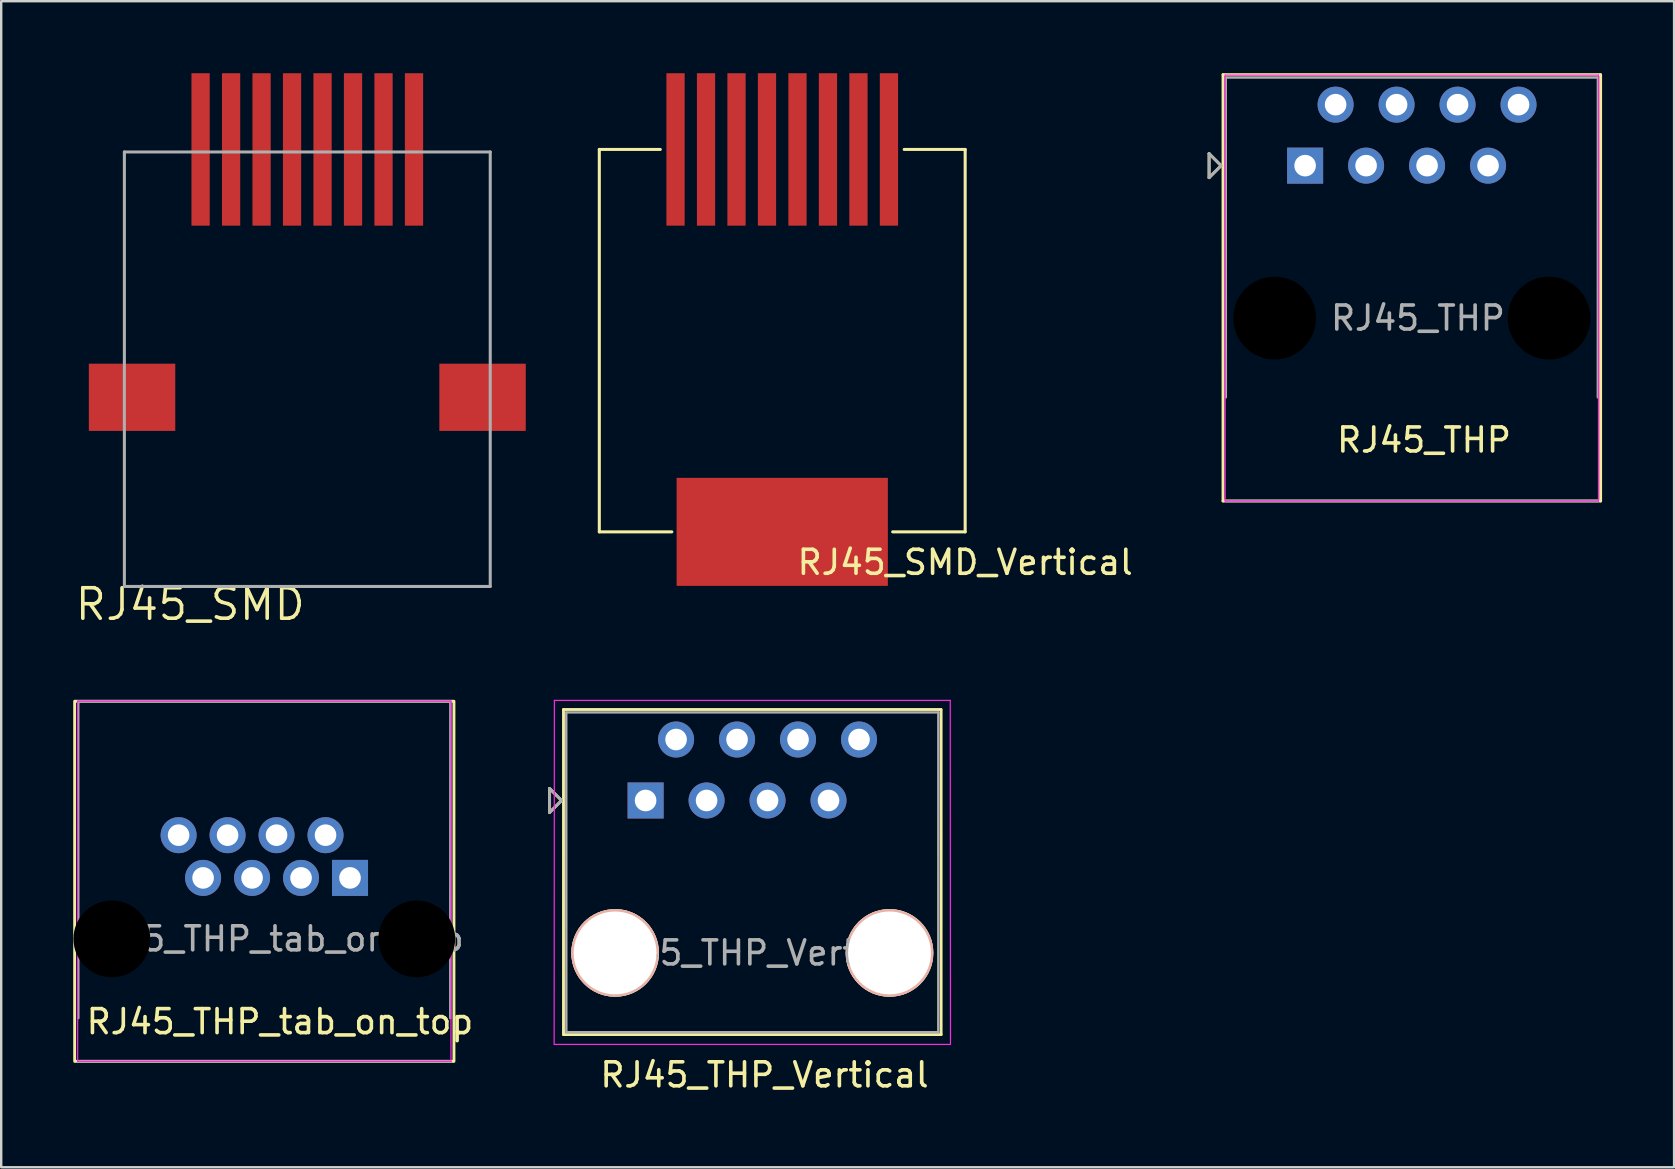
<source format=kicad_pcb>
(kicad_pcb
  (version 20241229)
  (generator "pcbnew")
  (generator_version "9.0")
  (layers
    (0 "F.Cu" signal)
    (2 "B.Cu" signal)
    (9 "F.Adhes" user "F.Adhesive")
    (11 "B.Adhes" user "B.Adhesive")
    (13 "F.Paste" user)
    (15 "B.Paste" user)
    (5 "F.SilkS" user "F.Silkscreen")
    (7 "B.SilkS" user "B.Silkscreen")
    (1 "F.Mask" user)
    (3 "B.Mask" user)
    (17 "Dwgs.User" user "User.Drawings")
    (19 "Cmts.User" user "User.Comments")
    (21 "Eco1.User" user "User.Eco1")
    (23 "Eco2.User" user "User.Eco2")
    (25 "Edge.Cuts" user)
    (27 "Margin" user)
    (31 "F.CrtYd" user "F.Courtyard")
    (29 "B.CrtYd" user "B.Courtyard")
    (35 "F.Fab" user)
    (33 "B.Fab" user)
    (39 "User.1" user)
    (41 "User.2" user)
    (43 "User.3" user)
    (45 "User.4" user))
  (footprint "RJ45_THP_Vertical"
    (layer "F.Cu")
    (at 28.288 36.645)
    (property "Reference" "RJ45_THP_Vertical" (at 0.508 5.08 0) (layer "F.SilkS") (effects (font (size 1 1) (thickness 0.15))))
    (attr through_hole)
    (fp_line (start -8.445 -6.85) (end -8.445 -5.85) (stroke (width 0.12) (type solid)) (layer "F.SilkS"))
    (fp_line (start -8.445 -5.85) (end -7.945 -6.35) (stroke (width 0.12) (type solid)) (layer "F.SilkS"))
    (fp_line (start -7.945 -6.35) (end -8.445 -6.85) (stroke (width 0.12) (type solid)) (layer "F.SilkS"))
    (fp_line (start -7.865 -10.14) (end -7.865 3.4) (stroke (width 0.12) (type solid)) (layer "F.SilkS"))
    (fp_line (start 7.855 -10.14) (end -7.865 -10.14) (stroke (width 0.12) (type solid)) (layer "F.SilkS"))
    (fp_line (start 7.865 -10.14) (end 7.865 3.4) (stroke (width 0.12) (type solid)) (layer "F.SilkS"))
    (fp_line (start 7.865 3.4) (end -7.865 3.4) (stroke (width 0.12) (type solid)) (layer "F.SilkS"))
    (fp_line (start -8.245 -10.52) (end -8.255 3.81) (stroke (width 0.05) (type solid)) (layer "F.CrtYd"))
    (fp_line (start -8.245 -10.52) (end 8.245 -10.52) (stroke (width 0.05) (type solid)) (layer "F.CrtYd"))
    (fp_line (start -8.245 3.81) (end 8.245 3.81) (stroke (width 0.05) (type solid)) (layer "F.CrtYd"))
    (fp_line (start 8.245 -10.52) (end 8.255 3.81) (stroke (width 0.05) (type solid)) (layer "F.CrtYd"))
    (fp_line (start -8.445 -6.85) (end -8.445 -5.85) (stroke (width 0.12) (type solid)) (layer "F.Fab"))
    (fp_line (start -8.445 -5.85) (end -7.945 -6.35) (stroke (width 0.12) (type solid)) (layer "F.Fab"))
    (fp_line (start -7.945 -6.35) (end -8.445 -6.85) (stroke (width 0.12) (type solid)) (layer "F.Fab"))
    (fp_line (start -7.75 -10.02) (end -7.747 3.302) (stroke (width 0.1) (type solid)) (layer "F.Fab"))
    (fp_line (start 7.75 -10.02) (end -7.75 -10.02) (stroke (width 0.1) (type solid)) (layer "F.Fab"))
    (fp_line (start 7.75 -10.02) (end 7.747 3.302) (stroke (width 0.1) (type solid)) (layer "F.Fab"))
    (fp_line (start 7.753 3.302) (end -7.747 3.302) (stroke (width 0.1) (type solid)) (layer "F.Fab"))
    (fp_text user "${REFERENCE}" (at 0.255 0 0) (layer "F.Fab") (effects (font (size 1 1) (thickness 0.15))))
    (pad "" np_thru_hole circle (at -5.715 0) (size 3.65 3.65) (drill 3.45) (layers "*.Cu" "*.SilkS" "*.Mask"))
    (pad "" np_thru_hole circle (at 5.715 0) (size 3.65 3.65) (drill 3.45) (layers "*.Cu" "*.SilkS" "*.Mask"))
    (pad "1" thru_hole rect (at -4.445 -6.35) (size 1.5 1.5) (drill 0.9) (layers "*.Cu" "*.Mask"))
    (pad "2" thru_hole circle (at -3.175 -8.89) (size 1.5 1.5) (drill 0.9) (layers "*.Cu" "*.Mask"))
    (pad "3" thru_hole circle (at -1.905 -6.35) (size 1.5 1.5) (drill 0.9) (layers "*.Cu" "*.Mask"))
    (pad "4" thru_hole circle (at -0.635 -8.89) (size 1.5 1.5) (drill 0.9) (layers "*.Cu" "*.Mask"))
    (pad "5" thru_hole circle (at 0.635 -6.35) (size 1.5 1.5) (drill 0.9) (layers "*.Cu" "*.Mask"))
    (pad "6" thru_hole circle (at 1.905 -8.89) (size 1.5 1.5) (drill 0.9) (layers "*.Cu" "*.Mask"))
    (pad "7" thru_hole circle (at 3.175 -6.35) (size 1.5 1.5) (drill 0.9) (layers "*.Cu" "*.Mask"))
    (pad "8" thru_hole circle (at 4.445 -8.89) (size 1.5 1.5) (drill 0.9) (layers "*.Cu" "*.Mask")))
  (footprint "RJ45_SMD_Vertical"
    (layer "F.Cu")
    (at 29.535 11.485)
    (property "Reference" "RJ45_SMD_Vertical" (at 7.62 8.89 0) (layer "F.SilkS") (effects (font (size 1 1) (thickness 0.15))))
    (attr through_hole)
    (fp_line (start -7.62 -8.31) (end -5.08 -8.31) (stroke (width 0.127) (type solid)) (layer "F.SilkS"))
    (fp_line (start -7.62 7.62) (end -7.62 -8.31) (stroke (width 0.127) (type solid)) (layer "F.SilkS"))
    (fp_line (start -4.6 7.62) (end -7.62 7.62) (stroke (width 0.127) (type solid)) (layer "F.SilkS"))
    (fp_line (start 5.08 -8.31) (end 7.62 -8.31) (stroke (width 0.127) (type solid)) (layer "F.SilkS"))
    (fp_line (start 7.62 -8.31) (end 7.62 7.62) (stroke (width 0.127) (type solid)) (layer "F.SilkS"))
    (fp_line (start 7.62 7.62) (end 4.6 7.62) (stroke (width 0.127) (type solid)) (layer "F.SilkS"))
    (pad "1" smd rect (at -4.445 -8.31 90) (size 6.35 0.76) (layers "F.Cu" "F.Mask" "F.Paste"))
    (pad "2" smd rect (at -3.175 -8.31 90) (size 6.35 0.76) (layers "F.Cu" "F.Mask" "F.Paste"))
    (pad "3" smd rect (at -1.905 -8.31 90) (size 6.35 0.76) (layers "F.Cu" "F.Mask" "F.Paste"))
    (pad "4" smd rect (at -0.635 -8.31 90) (size 6.35 0.76) (layers "F.Cu" "F.Mask" "F.Paste"))
    (pad "5" smd rect (at 0.635 -8.31 90) (size 6.35 0.76) (layers "F.Cu" "F.Mask" "F.Paste"))
    (pad "6" smd rect (at 1.905 -8.31 90) (size 6.35 0.76) (layers "F.Cu" "F.Mask" "F.Paste"))
    (pad "7" smd rect (at 3.175 -8.31 90) (size 6.35 0.76) (layers "F.Cu" "F.Mask" "F.Paste"))
    (pad "8" smd rect (at 4.445 -8.31 90) (size 6.35 0.76) (layers "F.Cu" "F.Mask" "F.Paste"))
    (pad "MNT" smd rect (at 0 7.62 90) (size 4.5 8.8) (layers "F.Cu" "F.Mask" "F.Paste")))
  (footprint "RJ45_THP_tab_on_top"
    (layer "F.Cu")
    (at 7.96 36.06)
    (property "Reference" "RJ45_THP_tab_on_top" (at 0.65 3.45 0) (layer "F.SilkS") (effects (font (size 1 1) (thickness 0.15))))
    (fp_line (start -7.9 -9.9) (end -7.9 5.1) (stroke (width 0.12) (type solid)) (layer "F.SilkS"))
    (fp_line (start 7.855 -9.9) (end -7.865 -9.9) (stroke (width 0.12) (type solid)) (layer "F.SilkS"))
    (fp_line (start 7.865 5.1) (end -7.865 5.1) (stroke (width 0.12) (type solid)) (layer "F.SilkS"))
    (fp_line (start 7.9 -9.9) (end 7.9 5.1) (stroke (width 0.12) (type solid)) (layer "F.SilkS"))
    (fp_line (start -7.775 -9.9) (end -7.775 5.1) (stroke (width 0.05) (type solid)) (layer "F.CrtYd"))
    (fp_line (start -7.775 -9.9) (end 7.775 -9.9) (stroke (width 0.05) (type solid)) (layer "F.CrtYd"))
    (fp_line (start -7.775 5.1) (end 7.775 5.1) (stroke (width 0.05) (type solid)) (layer "F.CrtYd"))
    (fp_line (start 7.775 -9.9) (end 7.775 5.1) (stroke (width 0.05) (type solid)) (layer "F.CrtYd"))
    (fp_line (start -7.75 -9.9) (end -7.747 3.302) (stroke (width 0.1) (type solid)) (layer "F.Fab"))
    (fp_line (start 7.75 -9.9) (end -7.75 -9.9) (stroke (width 0.1) (type solid)) (layer "F.Fab"))
    (fp_line (start 7.75 -9.9) (end 7.747 3.302) (stroke (width 0.1) (type solid)) (layer "F.Fab"))
    (fp_line (start 7.753 5.1) (end -7.747 5.1) (stroke (width 0.1) (type solid)) (layer "F.Fab"))
    (fp_text user "${REFERENCE}" (at 0.255 0 0) (layer "F.Fab") (effects (font (size 1 1) (thickness 0.15))))
    (pad "" np_thru_hole circle (at -6.35 0) (size 3.2 3.2) (drill 3.2) (layers "*.Mask"))
    (pad "" np_thru_hole circle (at 6.35 0) (size 3.2 3.2) (drill 3.2) (layers "*.Mask"))
    (pad "1" thru_hole rect (at 3.57 -2.54) (size 1.5 1.5) (drill 0.9) (layers "*.Cu" "*.Mask"))
    (pad "2" thru_hole circle (at 2.55 -4.32) (size 1.5 1.5) (drill 0.9) (layers "*.Cu" "*.Mask"))
    (pad "3" thru_hole circle (at 1.53 -2.54) (size 1.5 1.5) (drill 0.9) (layers "*.Cu" "*.Mask"))
    (pad "4" thru_hole circle (at 0.51 -4.32) (size 1.5 1.5) (drill 0.9) (layers "*.Cu" "*.Mask"))
    (pad "5" thru_hole circle (at -0.51 -2.54) (size 1.5 1.5) (drill 0.9) (layers "*.Cu" "*.Mask"))
    (pad "6" thru_hole circle (at -1.53 -4.32) (size 1.5 1.5) (drill 0.9) (layers "*.Cu" "*.Mask"))
    (pad "7" thru_hole circle (at -2.55 -2.54) (size 1.5 1.5) (drill 0.9) (layers "*.Cu" "*.Mask"))
    (pad "8" thru_hole circle (at -3.57 -4.32) (size 1.5 1.5) (drill 0.9) (layers "*.Cu" "*.Mask")))
  (footprint "RJ45_THP"
    (layer "F.Cu")
    (at 55.761 10.2)
    (property "Reference" "RJ45_THP" (at 0.508 5.08 0) (layer "F.SilkS") (effects (font (size 1 1) (thickness 0.15))))
    (fp_line (start -8.445 -6.85) (end -8.445 -5.85) (stroke (width 0.12) (type solid)) (layer "F.SilkS"))
    (fp_line (start -8.445 -5.85) (end -7.945 -6.35) (stroke (width 0.12) (type solid)) (layer "F.SilkS"))
    (fp_line (start -7.945 -6.35) (end -8.445 -6.85) (stroke (width 0.12) (type solid)) (layer "F.SilkS"))
    (fp_line (start -7.865 -10.14) (end -7.865 7.62) (stroke (width 0.12) (type solid)) (layer "F.SilkS"))
    (fp_line (start 7.855 -10.14) (end -7.865 -10.14) (stroke (width 0.12) (type solid)) (layer "F.SilkS"))
    (fp_line (start 7.865 -10.14) (end 7.865 7.62) (stroke (width 0.12) (type solid)) (layer "F.SilkS"))
    (fp_line (start 7.865 7.62) (end -7.865 7.62) (stroke (width 0.12) (type solid)) (layer "F.SilkS"))
    (fp_line (start -7.775 -10.12) (end -7.775 7.62) (stroke (width 0.05) (type solid)) (layer "F.CrtYd"))
    (fp_line (start -7.775 -10.12) (end 7.775 -10.12) (stroke (width 0.05) (type solid)) (layer "F.CrtYd"))
    (fp_line (start -7.775 7.62) (end 7.775 7.62) (stroke (width 0.05) (type solid)) (layer "F.CrtYd"))
    (fp_line (start 7.775 -10.12) (end 7.775 7.62) (stroke (width 0.05) (type solid)) (layer "F.CrtYd"))
    (fp_line (start -8.445 -6.85) (end -8.445 -5.85) (stroke (width 0.12) (type solid)) (layer "F.Fab"))
    (fp_line (start -8.445 -5.85) (end -7.945 -6.35) (stroke (width 0.12) (type solid)) (layer "F.Fab"))
    (fp_line (start -7.945 -6.35) (end -8.445 -6.85) (stroke (width 0.12) (type solid)) (layer "F.Fab"))
    (fp_line (start -7.75 -10.02) (end -7.747 3.302) (stroke (width 0.1) (type solid)) (layer "F.Fab"))
    (fp_line (start 7.75 -10.02) (end -7.75 -10.02) (stroke (width 0.1) (type solid)) (layer "F.Fab"))
    (fp_line (start 7.75 -10.02) (end 7.747 3.302) (stroke (width 0.1) (type solid)) (layer "F.Fab"))
    (fp_line (start 7.753 7.62) (end -7.747 7.62) (stroke (width 0.1) (type solid)) (layer "F.Fab"))
    (fp_text user "${REFERENCE}" (at 0.255 0 0) (layer "F.Fab") (effects (font (size 1 1) (thickness 0.15))))
    (pad "" np_thru_hole circle (at -5.715 0) (size 3.65 3.65) (drill 3.45) (layers "*.Mask"))
    (pad "" np_thru_hole circle (at 5.715 0) (size 3.65 3.65) (drill 3.45) (layers "*.Mask"))
    (pad "1" thru_hole rect (at -4.445 -6.35) (size 1.5 1.5) (drill 0.9) (layers "*.Cu" "*.Mask"))
    (pad "2" thru_hole circle (at -3.175 -8.89) (size 1.5 1.5) (drill 0.9) (layers "*.Cu" "*.Mask"))
    (pad "3" thru_hole circle (at -1.905 -6.35) (size 1.5 1.5) (drill 0.9) (layers "*.Cu" "*.Mask"))
    (pad "4" thru_hole circle (at -0.635 -8.89) (size 1.5 1.5) (drill 0.9) (layers "*.Cu" "*.Mask"))
    (pad "5" thru_hole circle (at 0.635 -6.35) (size 1.5 1.5) (drill 0.9) (layers "*.Cu" "*.Mask"))
    (pad "6" thru_hole circle (at 1.905 -8.89) (size 1.5 1.5) (drill 0.9) (layers "*.Cu" "*.Mask"))
    (pad "7" thru_hole circle (at 3.175 -6.35) (size 1.5 1.5) (drill 0.9) (layers "*.Cu" "*.Mask"))
    (pad "8" thru_hole circle (at 4.445 -8.89) (size 1.5 1.5) (drill 0.9) (layers "*.Cu" "*.Mask")))
  (footprint "RJ45_SMD"
    (layer "F.Cu")
    (at 9.751 21.38)
    (property "Reference" "RJ45_SMD" (at 0 0 0) (layer "F.SilkS") (effects (font (size 1.27 1.27) (thickness 0.15)) (justify right top)))
    (attr through_hole)
    (fp_line (start -7.62 -18.1) (end 7.62 -18.1) (stroke (width 0.127) (type solid)) (layer "F.Fab"))
    (fp_line (start -7.62 0) (end -7.62 -18.1) (stroke (width 0.127) (type solid)) (layer "F.Fab"))
    (fp_line (start 7.62 -18.1) (end 7.62 0) (stroke (width 0.127) (type solid)) (layer "F.Fab"))
    (fp_line (start 7.62 0) (end -7.62 0) (stroke (width 0.127) (type solid)) (layer "F.Fab"))
    (pad "1" smd rect (at -4.445 -18.205 90) (size 6.35 0.76) (layers "F.Cu" "F.Mask" "F.Paste"))
    (pad "2" smd rect (at -3.175 -18.205 90) (size 6.35 0.76) (layers "F.Cu" "F.Mask" "F.Paste"))
    (pad "3" smd rect (at -1.905 -18.205 90) (size 6.35 0.76) (layers "F.Cu" "F.Mask" "F.Paste"))
    (pad "4" smd rect (at -0.635 -18.205 90) (size 6.35 0.76) (layers "F.Cu" "F.Mask" "F.Paste"))
    (pad "5" smd rect (at 0.635 -18.205 90) (size 6.35 0.76) (layers "F.Cu" "F.Mask" "F.Paste"))
    (pad "6" smd rect (at 1.905 -18.205 90) (size 6.35 0.76) (layers "F.Cu" "F.Mask" "F.Paste"))
    (pad "7" smd rect (at 3.175 -18.205 90) (size 6.35 0.76) (layers "F.Cu" "F.Mask" "F.Paste"))
    (pad "8" smd rect (at 4.445 -18.205 90) (size 6.35 0.76) (layers "F.Cu" "F.Mask" "F.Paste"))
    (pad "P$2" smd rect (at -7.3 -7.88) (size 3.6 2.8) (layers "F.Cu" "F.Mask" "F.Paste"))
    (pad "P$10" smd rect (at 7.3 -7.88) (size 3.6 2.8) (layers "F.Cu" "F.Mask" "F.Paste")))
  (gr_rect
    (start -3 -3)
    (end 66.686 45.573)
    (stroke (width 0.1) (type default))
    (fill no)
    (layer "Edge.Cuts")))
</source>
